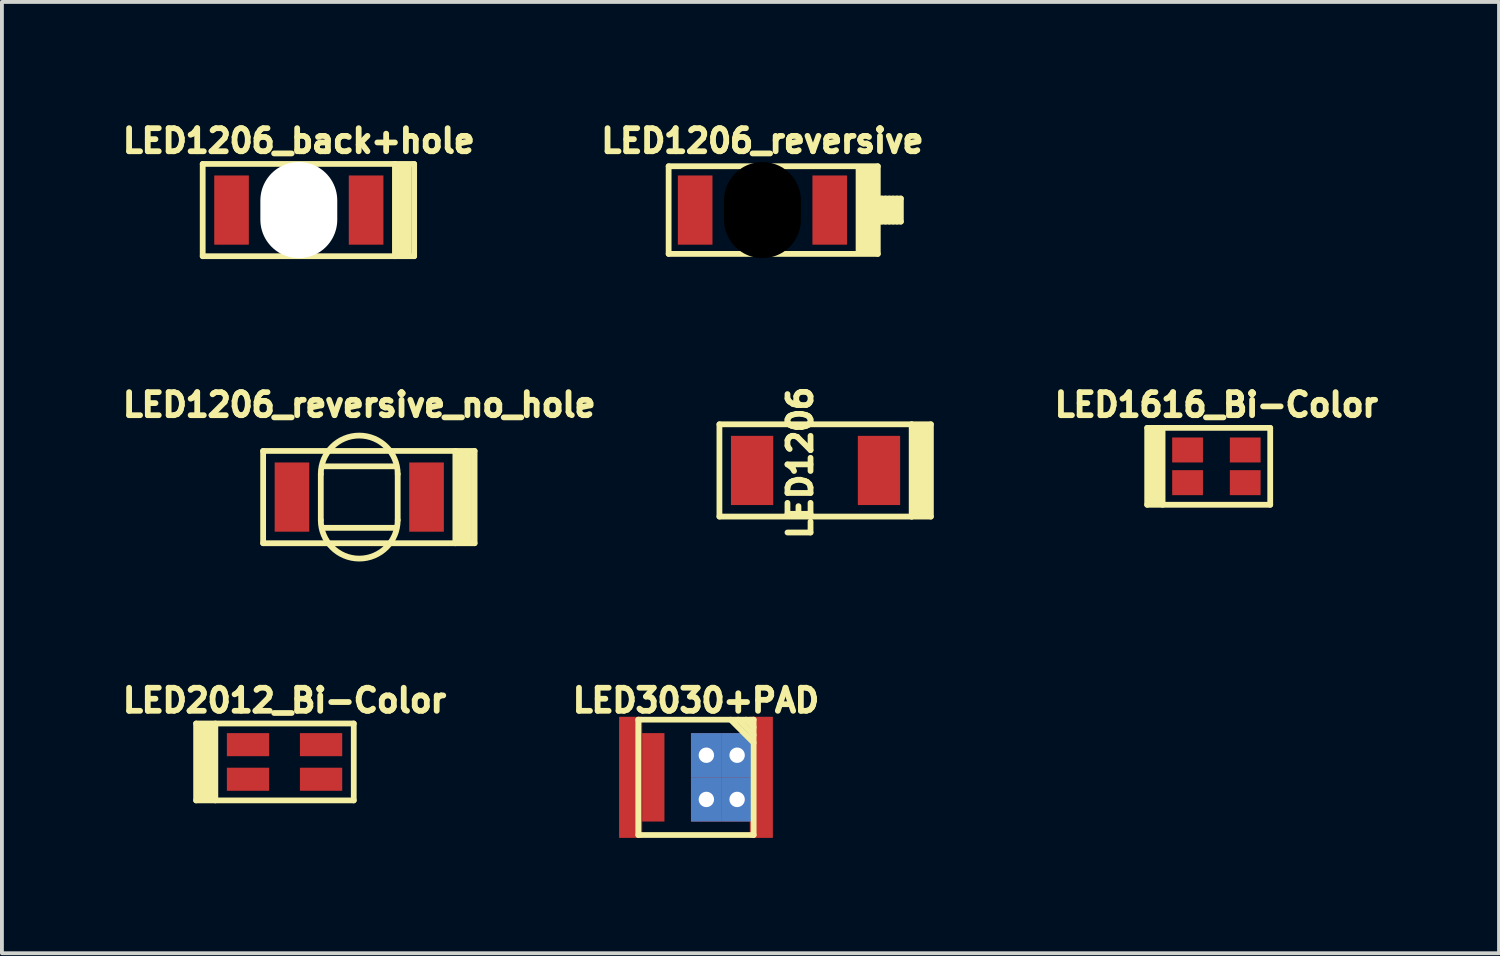
<source format=kicad_pcb>
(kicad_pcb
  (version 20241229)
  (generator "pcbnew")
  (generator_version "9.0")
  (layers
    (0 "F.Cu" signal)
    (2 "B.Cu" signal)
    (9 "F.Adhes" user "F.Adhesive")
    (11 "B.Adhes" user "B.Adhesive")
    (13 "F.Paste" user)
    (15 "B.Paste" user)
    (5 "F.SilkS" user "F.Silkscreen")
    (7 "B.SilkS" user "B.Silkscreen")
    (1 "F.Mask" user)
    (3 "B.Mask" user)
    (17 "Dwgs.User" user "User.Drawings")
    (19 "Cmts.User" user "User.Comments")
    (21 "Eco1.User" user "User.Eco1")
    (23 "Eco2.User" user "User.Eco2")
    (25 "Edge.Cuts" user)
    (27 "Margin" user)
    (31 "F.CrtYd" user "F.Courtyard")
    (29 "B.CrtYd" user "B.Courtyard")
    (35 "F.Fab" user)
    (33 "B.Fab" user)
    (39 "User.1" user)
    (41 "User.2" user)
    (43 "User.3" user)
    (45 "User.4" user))
  (footprint "LED1206"
    (layer "F.Cu")
    (at 18.162 9.186)
    (property "Reference" "LED1206" (at -0.4 -0.2 90) (layer "F.SilkS") (effects (font (size 0.6 0.6) (thickness 0.15))))
    (attr smd)
    (fp_line (start -2.5 -1.2) (end -2.5 1.2) (stroke (width 0.15) (type solid)) (layer "F.SilkS"))
    (fp_line (start -2.5 -1.2) (end 2.5 -1.2) (stroke (width 0.15) (type solid)) (layer "F.SilkS"))
    (fp_line (start 2.5 -1.2) (end 2.5 1.2) (stroke (width 0.15) (type solid)) (layer "F.SilkS"))
    (fp_line (start 2.5 -1.2) (end 3 -1.2) (stroke (width 0.15) (type solid)) (layer "F.SilkS"))
    (fp_line (start 2.5 1.2) (end -2.5 1.2) (stroke (width 0.15) (type solid)) (layer "F.SilkS"))
    (fp_line (start 2.5 1.2) (end 3 1.2) (stroke (width 0.15) (type solid)) (layer "F.SilkS"))
    (fp_line (start 2.603 -1.143) (end 2.603 1.143) (stroke (width 0.15) (type solid)) (layer "F.SilkS"))
    (fp_line (start 2.731 1.143) (end 2.731 -1.143) (stroke (width 0.15) (type solid)) (layer "F.SilkS"))
    (fp_line (start 2.857 1.143) (end 2.857 -1.143) (stroke (width 0.15) (type solid)) (layer "F.SilkS"))
    (fp_line (start 3 1.2) (end 3 -1.2) (stroke (width 0.15) (type solid)) (layer "F.SilkS"))
    (pad "A" smd rect (at -1.65 0) (size 1.1 1.8) (layers "F.Cu" "F.Mask" "F.Paste"))
    (pad "C" smd rect (at 1.65 0) (size 1.1 1.8) (layers "F.Cu" "F.Mask" "F.Paste")))
  (footprint "LED1206_reversive_no_hole"
    (layer "F.Cu")
    (at 6.294 9.879)
    (property "Reference" "LED1206_reversive_no_hole" (at 0 -2.4 0) (layer "F.SilkS") (effects (font (size 0.6 0.6) (thickness 0.15))))
    (attr smd)
    (fp_line (start -2.5 -1.2) (end -2.5 1.2) (stroke (width 0.15) (type solid)) (layer "F.SilkS"))
    (fp_line (start -2.5 -1.2) (end 2.5 -1.2) (stroke (width 0.15) (type solid)) (layer "F.SilkS"))
    (fp_line (start -1 -0.6) (end -1 0.6) (stroke (width 0.15) (type solid)) (layer "F.SilkS"))
    (fp_line (start -0.95 0.8) (end 0.95 0.8) (stroke (width 0.15) (type solid)) (layer "F.SilkS"))
    (fp_line (start 0.95 -0.8) (end -0.95 -0.8) (stroke (width 0.15) (type solid)) (layer "F.SilkS"))
    (fp_line (start 1 0.6) (end 1 -0.6) (stroke (width 0.15) (type solid)) (layer "F.SilkS"))
    (fp_line (start 2.5 -1.2) (end 3 -1.2) (stroke (width 0.15) (type solid)) (layer "F.SilkS"))
    (fp_line (start 2.5 1.2) (end -2.5 1.2) (stroke (width 0.15) (type solid)) (layer "F.SilkS"))
    (fp_line (start 2.5 1.2) (end 2.5 -1.2) (stroke (width 0.15) (type solid)) (layer "F.SilkS"))
    (fp_line (start 2.5 1.2) (end 3 1.2) (stroke (width 0.15) (type solid)) (layer "F.SilkS"))
    (fp_line (start 2.603 -1.143) (end 2.603 1.143) (stroke (width 0.15) (type solid)) (layer "F.SilkS"))
    (fp_line (start 2.731 1.143) (end 2.731 -1.143) (stroke (width 0.15) (type solid)) (layer "F.SilkS"))
    (fp_line (start 2.857 1.143) (end 2.857 -1.143) (stroke (width 0.15) (type solid)) (layer "F.SilkS"))
    (fp_line (start 3 1.2) (end 3 -1.2) (stroke (width 0.15) (type solid)) (layer "F.SilkS"))
    (fp_arc (start -1 -0.6) (mid 0 -1.6) (end 1 -0.6) (stroke (width 0.15) (type solid)) (layer "F.SilkS"))
    (fp_arc (start 1 0.6) (mid 0 1.6) (end -1 0.6) (stroke (width 0.15) (type solid)) (layer "F.SilkS"))
    (pad "A" smd rect (at -1.75 0) (size 0.9 1.8) (layers "F.Cu" "F.Mask" "F.Paste"))
    (pad "C" smd rect (at 1.75 0) (size 0.9 1.8) (layers "F.Cu" "F.Mask" "F.Paste")))
  (footprint "LED1206_back+hole"
    (layer "F.Cu")
    (at 4.722 2.414)
    (property "Reference" "LED1206_back+hole" (at 0 -1.8 0) (layer "F.SilkS") (effects (font (size 0.6 0.6) (thickness 0.15))))
    (attr smd)
    (fp_line (start -2.5 -1.2) (end -2.5 1.2) (stroke (width 0.15) (type solid)) (layer "F.SilkS"))
    (fp_line (start -2.5 -1.2) (end 2.5 -1.2) (stroke (width 0.15) (type solid)) (layer "F.SilkS"))
    (fp_line (start 2.5 -1.2) (end 3 -1.2) (stroke (width 0.15) (type solid)) (layer "F.SilkS"))
    (fp_line (start 2.5 1.2) (end -2.5 1.2) (stroke (width 0.15) (type solid)) (layer "F.SilkS"))
    (fp_line (start 2.5 1.2) (end 2.5 -1.2) (stroke (width 0.15) (type solid)) (layer "F.SilkS"))
    (fp_line (start 2.5 1.2) (end 3 1.2) (stroke (width 0.15) (type solid)) (layer "F.SilkS"))
    (fp_line (start 2.603 -1.143) (end 2.603 1.143) (stroke (width 0.15) (type solid)) (layer "F.SilkS"))
    (fp_line (start 2.731 1.143) (end 2.731 -1.143) (stroke (width 0.15) (type solid)) (layer "F.SilkS"))
    (fp_line (start 2.857 1.143) (end 2.857 -1.143) (stroke (width 0.15) (type solid)) (layer "F.SilkS"))
    (fp_line (start 3 1.2) (end 3 -1.2) (stroke (width 0.15) (type solid)) (layer "F.SilkS"))
    (fp_line (start -0.7 0.7) (end -0.7 -0.7) (stroke (width 0.15) (type solid)) (layer "Dwgs.User"))
    (fp_line (start 0.7 -0.7) (end -0.7 -0.7) (stroke (width 0.15) (type solid)) (layer "Dwgs.User"))
    (fp_line (start 0.7 0.7) (end -0.7 0.7) (stroke (width 0.15) (type solid)) (layer "Dwgs.User"))
    (fp_line (start 0.7 0.7) (end 0.7 -0.7) (stroke (width 0.15) (type solid)) (layer "Dwgs.User"))
    (pad "" np_thru_hole oval (at 0 0) (size 2 2.5) (drill oval 2 2.5) (layers "*.Cu" "*.Mask"))
    (pad "A" smd rect (at -1.75 0) (size 0.9 1.8) (layers "F.Cu" "F.Mask" "F.Paste"))
    (pad "C" smd rect (at 1.75 0) (size 0.9 1.8) (layers "F.Cu" "F.Mask" "F.Paste")))
  (footprint "LED3030+PAD"
    (layer "F.Cu")
    (at 15.052 17.168)
    (property "Reference" "LED3030+PAD" (at 0 -2 0) (layer "F.SilkS") (effects (font (size 0.6 0.6) (thickness 0.15))))
    (attr smd)
    (fp_line (start -1.5 -1.5) (end -1.5 1.5) (stroke (width 0.15) (type solid)) (layer "F.SilkS"))
    (fp_line (start -1.5 -1.5) (end 1.5 -1.5) (stroke (width 0.15) (type solid)) (layer "F.SilkS"))
    (fp_line (start 0.9 -1.5) (end 1.5 -0.9) (stroke (width 0.15) (type solid)) (layer "F.SilkS"))
    (fp_line (start 1.1 -1.5) (end 1.5 -1.1) (stroke (width 0.15) (type solid)) (layer "F.SilkS"))
    (fp_line (start 1.3 -1.5) (end 1.5 -1.3) (stroke (width 0.15) (type solid)) (layer "F.SilkS"))
    (fp_line (start 1.5 -1.5) (end 1.5 1.5) (stroke (width 0.15) (type solid)) (layer "F.SilkS"))
    (fp_line (start 1.5 1.5) (end -1.5 1.5) (stroke (width 0.15) (type solid)) (layer "F.SilkS"))
    (pad "A" smd rect (at -1.7 0) (size 0.6 3.15) (layers "F.Cu" "F.Mask" "F.Paste"))
    (pad "A" smd rect (at -1.11 0) (size 0.58 2.3) (layers "F.Cu" "F.Mask" "F.Paste"))
    (pad "C" thru_hole rect (at 0.27 -0.575) (size 0.8 1.15) (drill 0.4) (layers "*.Cu" "F.Mask" "F.Paste"))
    (pad "C" thru_hole rect (at 0.27 0.575) (size 0.8 1.15) (drill 0.4) (layers "*.Cu" "F.Mask" "F.Paste"))
    (pad "C" thru_hole rect (at 1.07 -0.575) (size 0.8 1.15) (drill 0.4) (layers "*.Cu" "F.Mask" "F.Paste"))
    (pad "C" thru_hole rect (at 1.07 0.575) (size 0.8 1.15) (drill 0.4) (layers "*.Cu" "F.Mask" "F.Paste"))
    (pad "C" smd rect (at 1.7 0) (size 0.6 3.15) (layers "F.Cu" "F.Mask" "F.Paste")))
  (footprint "LED2012_Bi-Color"
    (layer "F.Cu")
    (at 4.351 16.768)
    (property "Reference" "LED2012_Bi-Color" (at 0 -1.6 0) (layer "F.SilkS") (effects (font (size 0.6 0.6) (thickness 0.15))))
    (attr smd)
    (fp_line (start -2.3 -1) (end -2.3 1) (stroke (width 0.15) (type solid)) (layer "F.SilkS"))
    (fp_line (start -2.159 -0.953) (end -2.159 0.953) (stroke (width 0.15) (type solid)) (layer "F.SilkS"))
    (fp_line (start -2.032 0.953) (end -2.032 -0.953) (stroke (width 0.15) (type solid)) (layer "F.SilkS"))
    (fp_line (start -1.905 -0.953) (end -1.905 0.953) (stroke (width 0.15) (type solid)) (layer "F.SilkS"))
    (fp_line (start -1.8 -1) (end -1.8 1) (stroke (width 0.15) (type solid)) (layer "F.SilkS"))
    (fp_line (start 1.8 -1) (end -2.3 -1) (stroke (width 0.15) (type solid)) (layer "F.SilkS"))
    (fp_line (start 1.8 -1) (end 1.8 1) (stroke (width 0.15) (type solid)) (layer "F.SilkS"))
    (fp_line (start 1.8 1) (end -2.3 1) (stroke (width 0.15) (type solid)) (layer "F.SilkS"))
    (pad "GA" smd rect (at 0.95 0.45) (size 1.1 0.6) (layers "F.Cu" "F.Mask" "F.Paste"))
    (pad "GC" smd rect (at -0.95 0.45) (size 1.1 0.6) (layers "F.Cu" "F.Mask" "F.Paste"))
    (pad "RA" smd rect (at 0.95 -0.45) (size 1.1 0.6) (layers "F.Cu" "F.Mask" "F.Paste"))
    (pad "RC" smd rect (at -0.95 -0.45) (size 1.1 0.6) (layers "F.Cu" "F.Mask" "F.Paste")))
  (footprint "LED1206_reversive"
    (layer "F.Cu")
    (at 16.781 2.414)
    (property "Reference" "LED1206_reversive" (at 0 -1.8 0) (layer "F.SilkS") (effects (font (size 0.6 0.6) (thickness 0.15))))
    (attr smd)
    (fp_line (start -2.44 -1.14) (end -2.44 1.14) (stroke (width 0.15) (type solid)) (layer "F.SilkS"))
    (fp_line (start -2.44 -1.14) (end 3 -1.14) (stroke (width 0.15) (type solid)) (layer "F.SilkS"))
    (fp_line (start 2.5 1.1) (end 2.5 -1.1) (stroke (width 0.15) (type solid)) (layer "F.SilkS"))
    (fp_line (start 2.6 -1.1) (end 2.6 1.1) (stroke (width 0.15) (type solid)) (layer "F.SilkS"))
    (fp_line (start 2.731 1.1) (end 2.731 -1.1) (stroke (width 0.15) (type solid)) (layer "F.SilkS"))
    (fp_line (start 2.857 1.1) (end 2.857 -1.1) (stroke (width 0.15) (type solid)) (layer "F.SilkS"))
    (fp_line (start 3 -0.3) (end 3.6 -0.3) (stroke (width 0.15) (type default)) (layer "F.SilkS"))
    (fp_line (start 3 0.3) (end 3.6 0.3) (stroke (width 0.15) (type default)) (layer "F.SilkS"))
    (fp_line (start 3 1.14) (end -2.44 1.14) (stroke (width 0.15) (type solid)) (layer "F.SilkS"))
    (fp_line (start 3 1.14) (end 3 -1.14) (stroke (width 0.15) (type solid)) (layer "F.SilkS"))
    (fp_line (start 3.1 -0.3) (end 3.1 0.3) (stroke (width 0.15) (type default)) (layer "F.SilkS"))
    (fp_line (start 3.2 -0.3) (end 3.2 0.3) (stroke (width 0.15) (type default)) (layer "F.SilkS"))
    (fp_line (start 3.3 -0.3) (end 3.3 0.3) (stroke (width 0.15) (type default)) (layer "F.SilkS"))
    (fp_line (start 3.4 -0.3) (end 3.4 0.3) (stroke (width 0.15) (type default)) (layer "F.SilkS"))
    (fp_line (start 3.5 -0.3) (end 3.5 0.3) (stroke (width 0.15) (type default)) (layer "F.SilkS"))
    (fp_line (start 3.6 -0.3) (end 3.6 0.3) (stroke (width 0.15) (type default)) (layer "F.SilkS"))
    (fp_line (start -0.7 0.7) (end -0.7 -0.7) (stroke (width 0.15) (type solid)) (layer "Dwgs.User"))
    (fp_line (start 0.7 -0.7) (end -0.7 -0.7) (stroke (width 0.15) (type solid)) (layer "Dwgs.User"))
    (fp_line (start 0.7 0.7) (end -0.7 0.7) (stroke (width 0.15) (type solid)) (layer "Dwgs.User"))
    (fp_line (start 0.7 0.7) (end 0.7 -0.7) (stroke (width 0.15) (type solid)) (layer "Dwgs.User"))
    (pad "" np_thru_hole oval (at 0 0) (size 2.4 2.9) (drill oval 2 2.5) (layers "*.Mask"))
    (pad "A" smd rect (at -1.75 0) (size 0.9 1.8) (layers "F.Cu" "F.Mask" "F.Paste"))
    (pad "C" smd rect (at 1.75 0) (size 0.9 1.8) (layers "F.Cu" "F.Mask" "F.Paste")))
  (footprint "LED1616_Bi-Color"
    (layer "F.Cu")
    (at 28.588 9.079)
    (property "Reference" "LED1616_Bi-Color" (at 0 -1.6 0) (layer "F.SilkS") (effects (font (size 0.6 0.6) (thickness 0.15))))
    (attr smd)
    (fp_line (start -1.8 -1) (end -1.8 1) (stroke (width 0.15) (type solid)) (layer "F.SilkS"))
    (fp_line (start -1.714 -0.953) (end -1.714 0.953) (stroke (width 0.15) (type solid)) (layer "F.SilkS"))
    (fp_line (start -1.651 0.953) (end -1.651 -0.953) (stroke (width 0.15) (type solid)) (layer "F.SilkS"))
    (fp_line (start -1.524 -0.953) (end -1.524 0.953) (stroke (width 0.15) (type solid)) (layer "F.SilkS"))
    (fp_line (start -1.4 -1) (end -1.4 1) (stroke (width 0.15) (type solid)) (layer "F.SilkS"))
    (fp_line (start 1.4 -1) (end -1.8 -1) (stroke (width 0.15) (type solid)) (layer "F.SilkS"))
    (fp_line (start 1.4 -1) (end 1.4 1) (stroke (width 0.15) (type solid)) (layer "F.SilkS"))
    (fp_line (start 1.4 1) (end -1.8 1) (stroke (width 0.15) (type solid)) (layer "F.SilkS"))
    (pad "GA" smd rect (at 0.75 0.425) (size 0.8 0.65) (layers "F.Cu" "F.Mask" "F.Paste"))
    (pad "GC" smd rect (at -0.75 0.425) (size 0.8 0.65) (layers "F.Cu" "F.Mask" "F.Paste"))
    (pad "RA" smd rect (at 0.75 -0.425) (size 0.8 0.65) (layers "F.Cu" "F.Mask" "F.Paste"))
    (pad "RC" smd rect (at -0.75 -0.425) (size 0.8 0.65) (layers "F.Cu" "F.Mask" "F.Paste")))
  (gr_rect
    (start -3 -3)
    (end 35.939 21.743)
    (stroke (width 0.1) (type default))
    (fill no)
    (layer "Edge.Cuts")))
</source>
